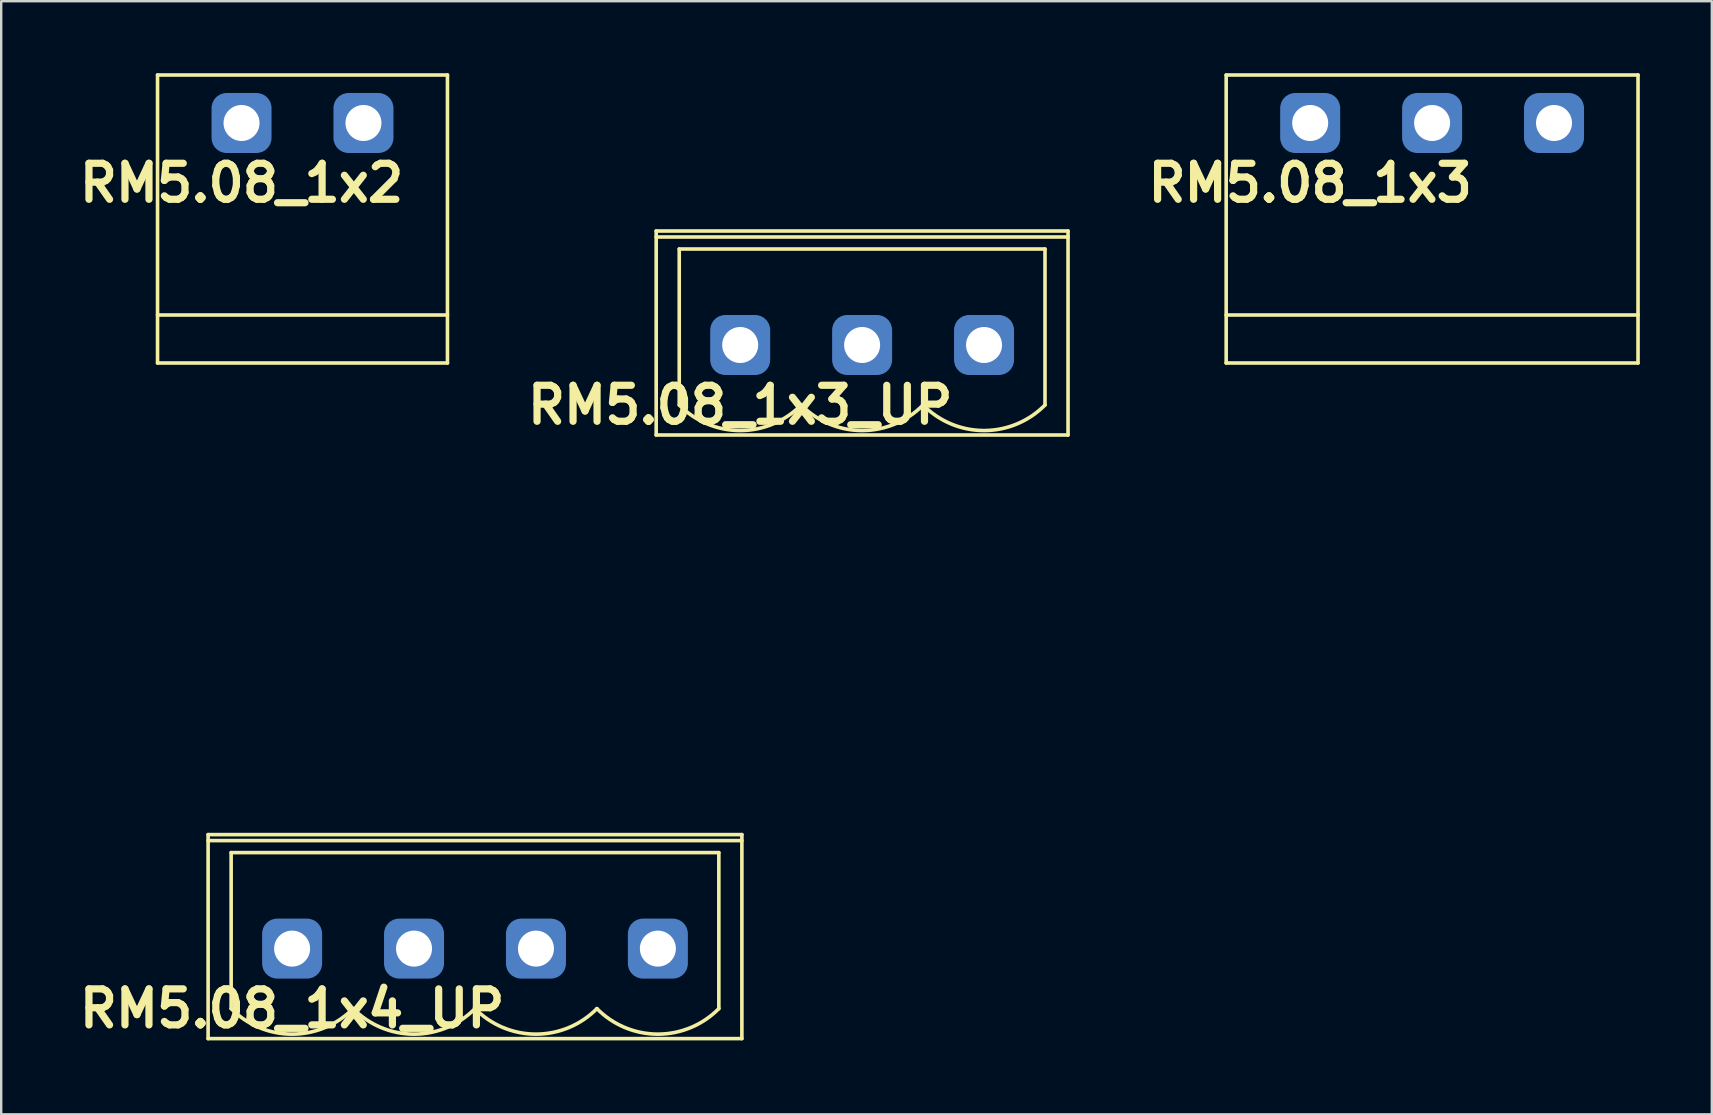
<source format=kicad_pcb>
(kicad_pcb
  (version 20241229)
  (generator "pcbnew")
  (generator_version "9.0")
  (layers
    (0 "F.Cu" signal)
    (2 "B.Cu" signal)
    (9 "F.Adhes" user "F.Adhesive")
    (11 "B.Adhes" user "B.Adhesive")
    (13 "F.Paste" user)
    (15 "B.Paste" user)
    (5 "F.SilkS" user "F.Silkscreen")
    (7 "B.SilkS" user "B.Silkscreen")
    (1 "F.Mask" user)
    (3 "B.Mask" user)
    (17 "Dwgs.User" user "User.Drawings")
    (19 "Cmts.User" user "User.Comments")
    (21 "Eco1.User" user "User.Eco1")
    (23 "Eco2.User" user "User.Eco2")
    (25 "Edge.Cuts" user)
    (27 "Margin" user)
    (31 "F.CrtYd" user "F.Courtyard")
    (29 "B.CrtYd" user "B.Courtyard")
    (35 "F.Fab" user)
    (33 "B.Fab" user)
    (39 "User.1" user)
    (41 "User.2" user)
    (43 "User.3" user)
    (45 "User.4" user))
  (footprint "RM5.08_1x2"
    (layer "F.Cu")
    (at 7.014 2.075)
    (property "Reference" "RM5.08_1x2" (at 0 2.5 0) (layer "F.SilkS") (effects (font (size 1.5 1.5) (thickness 0.3))))
    (attr through_hole)
    (fp_line (start -3.5 -2) (end -3.5 10) (stroke (width 0.15) (type solid)) (layer "F.SilkS"))
    (fp_line (start -3.5 8) (end 8.58 8) (stroke (width 0.15) (type solid)) (layer "F.SilkS"))
    (fp_line (start -3.5 10) (end 8.58 10) (stroke (width 0.15) (type solid)) (layer "F.SilkS"))
    (fp_line (start 8.58 -2) (end -3.5 -2) (stroke (width 0.15) (type solid)) (layer "F.SilkS"))
    (fp_line (start 8.58 10) (end 8.58 -2) (stroke (width 0.15) (type solid)) (layer "F.SilkS"))
    (fp_line (start -2.54 20) (end -2.54 10) (stroke (width 0.15) (type solid)) (layer "Margin"))
    (fp_line (start -2.54 20) (end 7.62 20) (stroke (width 0.15) (type solid)) (layer "Margin"))
    (fp_line (start -1.5 14) (end 1.5 14) (stroke (width 0.15) (type solid)) (layer "Margin"))
    (fp_line (start 3.58 14) (end 6.58 14) (stroke (width 0.15) (type solid)) (layer "Margin"))
    (fp_line (start 7.62 20) (end 7.62 10) (stroke (width 0.15) (type solid)) (layer "Margin"))
    (fp_circle (center 0 14) (end 0 12.5) (stroke (width 0.15) (type solid)) (fill no) (layer "Margin"))
    (fp_circle (center 5.08 14) (end 5.08 12.5) (stroke (width 0.15) (type solid)) (fill no) (layer "Margin"))
    (pad "1" thru_hole circle (at 0 0) (size 1.8 1.8) (drill 1.5) (layers "*.Cu" "*.Mask"))
    (pad "1" smd roundrect (at 0 0) (size 2.5 2.5) (layers "B.Cu" "B.Mask") (roundrect_rratio 0.25))
    (pad "2" thru_hole circle (at 5.08 0) (size 1.8 1.8) (drill 1.5) (layers "*.Cu" "*.Mask"))
    (pad "2" smd roundrect (at 5.08 0) (size 2.5 2.5) (layers "B.Cu" "B.Mask") (roundrect_rratio 0.25)))
  (footprint "RM5.08_1x4_UP"
    (layer "F.Cu")
    (at 9.121 36.475)
    (property "Reference" "RM5.08_1x4_UP" (at 0 2.5 0) (layer "F.SilkS") (effects (font (size 1.5 1.5) (thickness 0.3))))
    (attr through_hole)
    (fp_line (start -3.5 -4.75) (end -3.5 3.75) (stroke (width 0.15) (type solid)) (layer "F.SilkS"))
    (fp_line (start -3.5 -4.5) (end 18.74 -4.5) (stroke (width 0.15) (type solid)) (layer "F.SilkS"))
    (fp_line (start -3.5 3.75) (end 18.74 3.75) (stroke (width 0.15) (type solid)) (layer "F.SilkS"))
    (fp_line (start -2.54 -4) (end -2.54 2.5) (stroke (width 0.15) (type solid)) (layer "F.SilkS"))
    (fp_line (start -2.54 -4) (end 17.78 -4) (stroke (width 0.15) (type solid)) (layer "F.SilkS"))
    (fp_line (start 17.78 -4) (end 17.78 2.5) (stroke (width 0.15) (type solid)) (layer "F.SilkS"))
    (fp_line (start 18.74 -4.75) (end -3.5 -4.75) (stroke (width 0.15) (type solid)) (layer "F.SilkS"))
    (fp_line (start 18.74 3.75) (end 18.74 -4.75) (stroke (width 0.15) (type solid)) (layer "F.SilkS"))
    (fp_arc (start -0.028284 3.563818) (mid -1.389945 3.281715) (end -2.54 2.5) (stroke (width 0.15) (type solid)) (layer "F.SilkS"))
    (fp_arc (start 2.54 2.5) (mid 1.389945 3.281715) (end 0.028284 3.563818) (stroke (width 0.15) (type solid)) (layer "F.SilkS"))
    (fp_arc (start 5.051716 3.563818) (mid 3.690055 3.281715) (end 2.54 2.5) (stroke (width 0.15) (type solid)) (layer "F.SilkS"))
    (fp_arc (start 7.62 2.5) (mid 6.469945 3.281715) (end 5.108284 3.563818) (stroke (width 0.15) (type solid)) (layer "F.SilkS"))
    (fp_arc (start 10.131716 3.563818) (mid 8.770055 3.281715) (end 7.62 2.5) (stroke (width 0.15) (type solid)) (layer "F.SilkS"))
    (fp_arc (start 12.7 2.5) (mid 11.549945 3.281715) (end 10.188284 3.563818) (stroke (width 0.15) (type solid)) (layer "F.SilkS"))
    (fp_arc (start 15.211716 3.563818) (mid 13.850055 3.281715) (end 12.7 2.5) (stroke (width 0.15) (type solid)) (layer "F.SilkS"))
    (fp_arc (start 17.78 2.5) (mid 16.629945 3.281715) (end 15.268284 3.563818) (stroke (width 0.15) (type solid)) (layer "F.SilkS"))
    (fp_line (start -2.54 -11.25) (end -2.54 3.75) (stroke (width 0.15) (type solid)) (layer "Margin"))
    (fp_line (start -2.54 3.75) (end 17.78 3.75) (stroke (width 0.15) (type solid)) (layer "Margin"))
    (fp_line (start -1.25 -1.25) (end -1.25 1) (stroke (width 0.15) (type solid)) (layer "Margin"))
    (fp_line (start -1.25 1) (end 1.25 1) (stroke (width 0.15) (type solid)) (layer "Margin"))
    (fp_line (start 1.25 -1.25) (end -1.25 -1.25) (stroke (width 0.15) (type solid)) (layer "Margin"))
    (fp_line (start 1.25 1) (end 1.25 -1.25) (stroke (width 0.15) (type solid)) (layer "Margin"))
    (fp_line (start 3.83 -1.25) (end 3.83 1) (stroke (width 0.15) (type solid)) (layer "Margin"))
    (fp_line (start 3.83 1) (end 6.33 1) (stroke (width 0.15) (type solid)) (layer "Margin"))
    (fp_line (start 6.33 -1.25) (end 3.83 -1.25) (stroke (width 0.15) (type solid)) (layer "Margin"))
    (fp_line (start 6.33 1) (end 6.33 -1.25) (stroke (width 0.15) (type solid)) (layer "Margin"))
    (fp_line (start 8.91 -1.25) (end 8.91 1) (stroke (width 0.15) (type solid)) (layer "Margin"))
    (fp_line (start 8.91 1) (end 11.41 1) (stroke (width 0.15) (type solid)) (layer "Margin"))
    (fp_line (start 11.41 -1.25) (end 8.91 -1.25) (stroke (width 0.15) (type solid)) (layer "Margin"))
    (fp_line (start 11.41 1) (end 11.41 -1.25) (stroke (width 0.15) (type solid)) (layer "Margin"))
    (fp_line (start 13.99 -1.25) (end 13.99 1) (stroke (width 0.15) (type solid)) (layer "Margin"))
    (fp_line (start 13.99 1) (end 16.49 1) (stroke (width 0.15) (type solid)) (layer "Margin"))
    (fp_line (start 16.49 -1.25) (end 13.99 -1.25) (stroke (width 0.15) (type solid)) (layer "Margin"))
    (fp_line (start 16.49 1) (end 16.49 -1.25) (stroke (width 0.15) (type solid)) (layer "Margin"))
    (fp_line (start 17.78 -11.25) (end -2.54 -11.25) (stroke (width 0.15) (type solid)) (layer "Margin"))
    (fp_line (start 17.78 3.75) (end 17.78 -11.25) (stroke (width 0.15) (type solid)) (layer "Margin"))
    (pad "1" thru_hole circle (at 0 0) (size 1.8 1.8) (drill 1.5) (layers "*.Cu" "*.Mask"))
    (pad "1" smd roundrect (at 0 0) (size 2.5 2.5) (layers "B.Cu" "B.Mask") (roundrect_rratio 0.25))
    (pad "2" thru_hole circle (at 5.08 0) (size 1.8 1.8) (drill 1.5) (layers "*.Cu" "*.Mask"))
    (pad "2" smd roundrect (at 5.08 0) (size 2.5 2.5) (layers "B.Cu" "B.Mask") (roundrect_rratio 0.25))
    (pad "3" thru_hole circle (at 10.16 0) (size 1.8 1.8) (drill 1.5) (layers "*.Cu" "*.Mask"))
    (pad "3" smd roundrect (at 10.16 0) (size 2.5 2.5) (layers "B.Cu" "B.Mask") (roundrect_rratio 0.25))
    (pad "4" thru_hole circle (at 15.24 0) (size 1.8 1.8) (drill 1.5) (layers "*.Cu" "*.Mask"))
    (pad "4" smd roundrect (at 15.24 0) (size 2.5 2.5) (layers "B.Cu" "B.Mask") (roundrect_rratio 0.25)))
  (footprint "RM5.08_1x3_UP"
    (layer "F.Cu")
    (at 27.791 11.325)
    (property "Reference" "RM5.08_1x3_UP" (at 0 2.5 0) (layer "F.SilkS") (effects (font (size 1.5 1.5) (thickness 0.3))))
    (attr through_hole)
    (fp_line (start -3.5 -4.75) (end -3.5 3.75) (stroke (width 0.15) (type solid)) (layer "F.SilkS"))
    (fp_line (start -3.5 -4.5) (end 13.66 -4.5) (stroke (width 0.15) (type solid)) (layer "F.SilkS"))
    (fp_line (start -3.5 3.75) (end 13.66 3.75) (stroke (width 0.15) (type solid)) (layer "F.SilkS"))
    (fp_line (start -2.54 -4) (end -2.54 2.5) (stroke (width 0.15) (type solid)) (layer "F.SilkS"))
    (fp_line (start -2.54 -4) (end 12.7 -4) (stroke (width 0.15) (type solid)) (layer "F.SilkS"))
    (fp_line (start 12.7 -4) (end 12.7 2.5) (stroke (width 0.15) (type solid)) (layer "F.SilkS"))
    (fp_line (start 13.66 -4.75) (end -3.5 -4.75) (stroke (width 0.15) (type solid)) (layer "F.SilkS"))
    (fp_line (start 13.66 3.75) (end 13.66 -4.75) (stroke (width 0.15) (type solid)) (layer "F.SilkS"))
    (fp_arc (start -0.028284 3.563818) (mid -1.389945 3.281715) (end -2.54 2.5) (stroke (width 0.15) (type solid)) (layer "F.SilkS"))
    (fp_arc (start 2.54 2.5) (mid 1.389945 3.281715) (end 0.028284 3.563818) (stroke (width 0.15) (type solid)) (layer "F.SilkS"))
    (fp_arc (start 5.051716 3.563818) (mid 3.690055 3.281715) (end 2.54 2.5) (stroke (width 0.15) (type solid)) (layer "F.SilkS"))
    (fp_arc (start 7.62 2.5) (mid 6.469945 3.281715) (end 5.108284 3.563818) (stroke (width 0.15) (type solid)) (layer "F.SilkS"))
    (fp_arc (start 10.131716 3.563818) (mid 8.770055 3.281715) (end 7.62 2.5) (stroke (width 0.15) (type solid)) (layer "F.SilkS"))
    (fp_arc (start 12.7 2.5) (mid 11.549945 3.281715) (end 10.188284 3.563818) (stroke (width 0.15) (type solid)) (layer "F.SilkS"))
    (fp_line (start -2.54 -11.25) (end -2.54 3.75) (stroke (width 0.15) (type solid)) (layer "Margin"))
    (fp_line (start -2.54 3.75) (end 12.7 3.75) (stroke (width 0.15) (type solid)) (layer "Margin"))
    (fp_line (start -1.25 -1.25) (end -1.25 1) (stroke (width 0.15) (type solid)) (layer "Margin"))
    (fp_line (start -1.25 1) (end 1.25 1) (stroke (width 0.15) (type solid)) (layer "Margin"))
    (fp_line (start 1.25 -1.25) (end -1.25 -1.25) (stroke (width 0.15) (type solid)) (layer "Margin"))
    (fp_line (start 1.25 1) (end 1.25 -1.25) (stroke (width 0.15) (type solid)) (layer "Margin"))
    (fp_line (start 3.83 -1.25) (end 3.83 1) (stroke (width 0.15) (type solid)) (layer "Margin"))
    (fp_line (start 3.83 1) (end 6.33 1) (stroke (width 0.15) (type solid)) (layer "Margin"))
    (fp_line (start 6.33 -1.25) (end 3.83 -1.25) (stroke (width 0.15) (type solid)) (layer "Margin"))
    (fp_line (start 6.33 1) (end 6.33 -1.25) (stroke (width 0.15) (type solid)) (layer "Margin"))
    (fp_line (start 8.91 -1.25) (end 8.91 1) (stroke (width 0.15) (type solid)) (layer "Margin"))
    (fp_line (start 8.91 1) (end 11.41 1) (stroke (width 0.15) (type solid)) (layer "Margin"))
    (fp_line (start 11.41 -1.25) (end 8.91 -1.25) (stroke (width 0.15) (type solid)) (layer "Margin"))
    (fp_line (start 11.41 1) (end 11.41 -1.25) (stroke (width 0.15) (type solid)) (layer "Margin"))
    (fp_line (start 12.7 -11.25) (end -2.54 -11.25) (stroke (width 0.15) (type solid)) (layer "Margin"))
    (fp_line (start 12.7 3.75) (end 12.7 -11.25) (stroke (width 0.15) (type solid)) (layer "Margin"))
    (pad "1" thru_hole circle (at 0 0) (size 1.8 1.8) (drill 1.5) (layers "*.Cu" "*.Mask"))
    (pad "1" smd roundrect (at 0 0) (size 2.5 2.5) (layers "B.Cu" "B.Mask") (roundrect_rratio 0.25))
    (pad "2" thru_hole circle (at 5.08 0) (size 1.8 1.8) (drill 1.5) (layers "*.Cu" "*.Mask"))
    (pad "2" smd roundrect (at 5.08 0) (size 2.5 2.5) (layers "B.Cu" "B.Mask") (roundrect_rratio 0.25))
    (pad "3" thru_hole circle (at 10.16 0) (size 1.8 1.8) (drill 1.5) (layers "*.Cu" "*.Mask"))
    (pad "3" smd roundrect (at 10.16 0) (size 2.5 2.5) (layers "B.Cu" "B.Mask") (roundrect_rratio 0.25)))
  (footprint "RM5.08_1x3"
    (layer "F.Cu")
    (at 51.54 2.075)
    (property "Reference" "RM5.08_1x3" (at 0 2.5 0) (layer "F.SilkS") (effects (font (size 1.5 1.5) (thickness 0.3))))
    (attr through_hole)
    (fp_line (start -3.5 -2) (end -3.5 10) (stroke (width 0.15) (type solid)) (layer "F.SilkS"))
    (fp_line (start -3.5 8) (end 13.66 8) (stroke (width 0.15) (type solid)) (layer "F.SilkS"))
    (fp_line (start -3.5 10) (end 13.66 10) (stroke (width 0.15) (type solid)) (layer "F.SilkS"))
    (fp_line (start 13.66 -2) (end -3.5 -2) (stroke (width 0.15) (type solid)) (layer "F.SilkS"))
    (fp_line (start 13.66 10) (end 13.66 -2) (stroke (width 0.15) (type solid)) (layer "F.SilkS"))
    (fp_line (start -2.54 20) (end -2.54 10) (stroke (width 0.15) (type solid)) (layer "Margin"))
    (fp_line (start -2.54 20) (end 12.7 20) (stroke (width 0.15) (type solid)) (layer "Margin"))
    (fp_line (start -1.5 14) (end 1.5 14) (stroke (width 0.15) (type solid)) (layer "Margin"))
    (fp_line (start 3.58 14) (end 6.58 14) (stroke (width 0.15) (type solid)) (layer "Margin"))
    (fp_line (start 8.66 14) (end 11.66 14) (stroke (width 0.15) (type solid)) (layer "Margin"))
    (fp_line (start 12.7 20) (end 12.7 10) (stroke (width 0.15) (type solid)) (layer "Margin"))
    (fp_circle (center 0 14) (end 0 12.5) (stroke (width 0.15) (type solid)) (fill no) (layer "Margin"))
    (fp_circle (center 5.08 14) (end 5.08 12.5) (stroke (width 0.15) (type solid)) (fill no) (layer "Margin"))
    (fp_circle (center 10.16 14) (end 10.16 12.5) (stroke (width 0.15) (type solid)) (fill no) (layer "Margin"))
    (pad "1" thru_hole circle (at 0 0) (size 1.8 1.8) (drill 1.5) (layers "*.Cu" "*.Mask"))
    (pad "1" smd roundrect (at 0 0) (size 2.5 2.5) (layers "B.Cu" "B.Mask") (roundrect_rratio 0.25))
    (pad "2" thru_hole circle (at 5.08 0) (size 1.8 1.8) (drill 1.5) (layers "*.Cu" "*.Mask"))
    (pad "2" smd roundrect (at 5.08 0) (size 2.5 2.5) (layers "B.Cu" "B.Mask") (roundrect_rratio 0.25))
    (pad "3" thru_hole circle (at 10.16 0) (size 1.8 1.8) (drill 1.5) (layers "*.Cu" "*.Mask"))
    (pad "3" smd roundrect (at 10.16 0) (size 2.5 2.5) (layers "B.Cu" "B.Mask") (roundrect_rratio 0.25)))
  (gr_rect
    (start -3 -3)
    (end 68.275 43.379)
    (stroke (width 0.1) (type default))
    (fill no)
    (layer "Edge.Cuts")))
</source>
